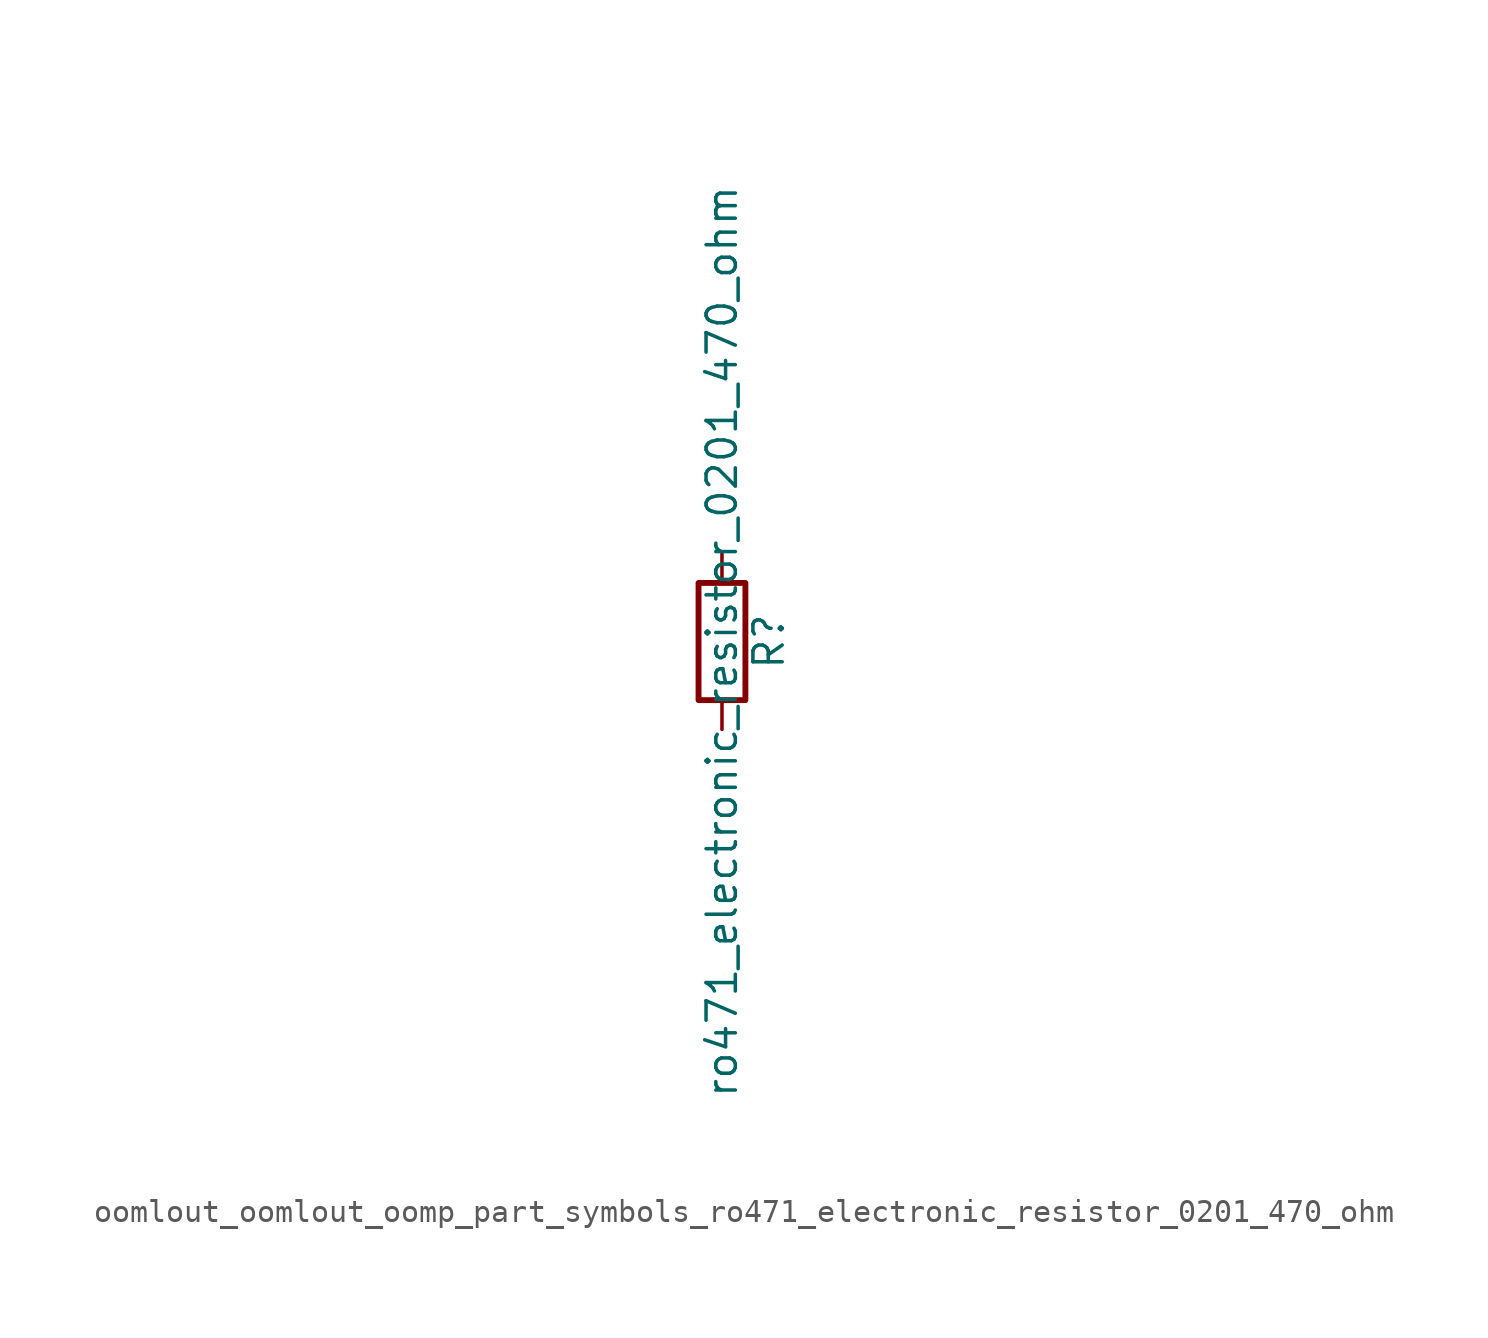
<source format=kicad_sym>
(kicad_symbol_lib
  (version 20220914)
  (generator kicad_symbol_editor)
  (symbol "oomlout_oomlout_oomp_part_symbols_ro471_electronic_resistor_0201_470_ohm"
    (pin_numbers hide)
    (pin_names
      (offset 0))
    (property "Reference" "R"
      (at 2.032 0 90)
      (effects (font (size 1.27 1.27))))
    (property "Value" "ro471_electronic_resistor_0201_470_ohm"
      (at 0 0 90)
      (effects (font (size 1.27 1.27))))
    (symbol "oomlout_oomlout_oomp_part_symbols_ro471_electronic_resistor_0201_470_ohm_0_1"
      (rectangle (start -1.016 -2.54) (end 1.016 2.54) (stroke (width 0.254) (type default)) (fill (type none))))
    (symbol "oomlout_oomlout_oomp_part_symbols_ro471_electronic_resistor_0201_470_ohm_1_1"
      (pin passive line (at 0 3.81 270) (length 1.27) (name "~" (effects (font (size 1.27 1.27)))) (number "1" (effects (font (size 1.27 1.27)))))
      (pin passive line (at 0 -3.81 90) (length 1.27) (name "~" (effects (font (size 1.27 1.27)))) (number "2" (effects (font (size 1.27 1.27))))))))
</source>
